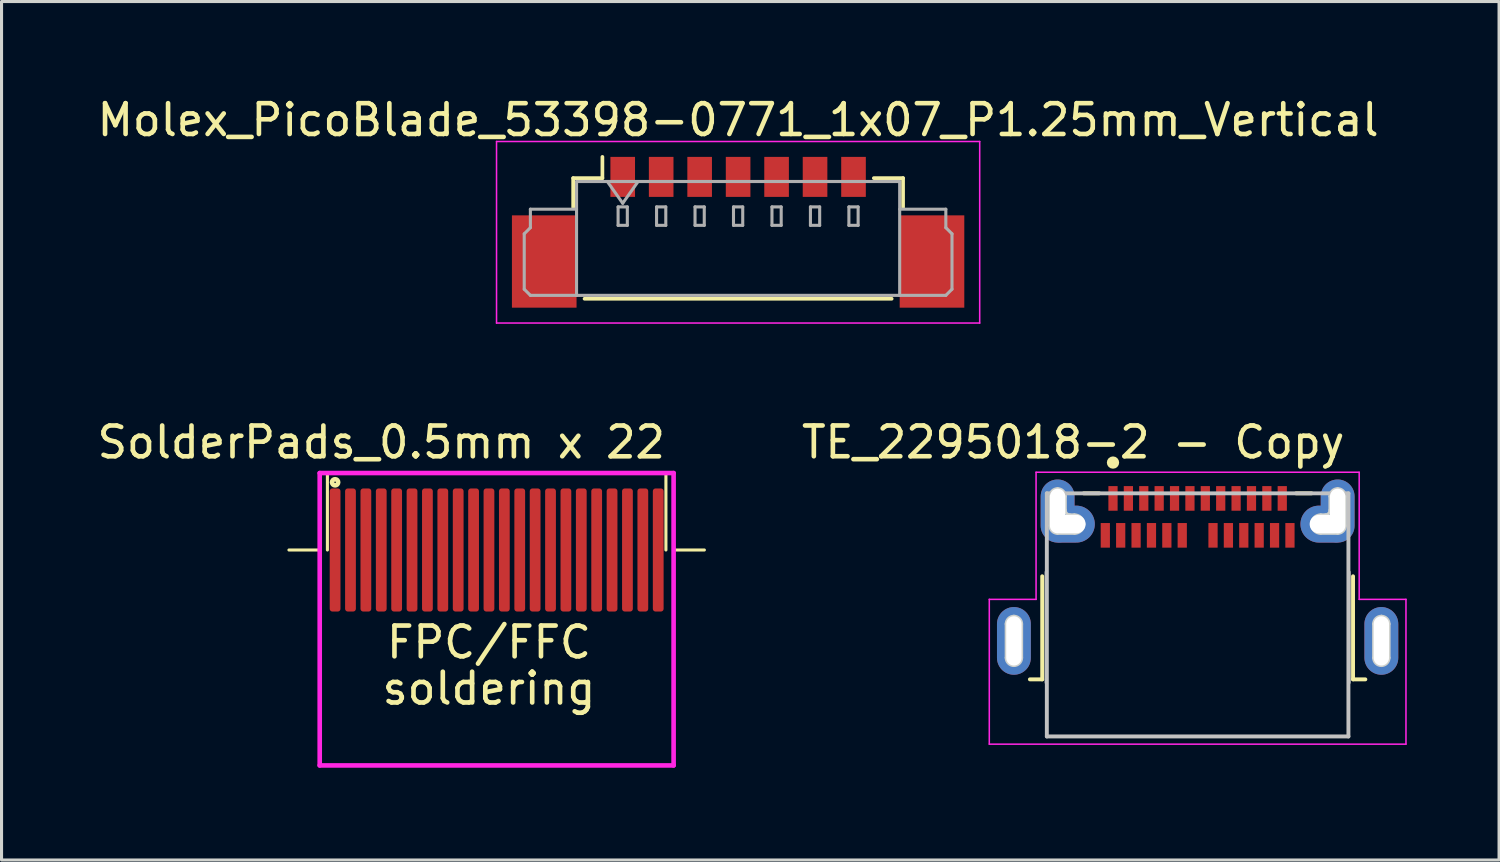
<source format=kicad_pcb>
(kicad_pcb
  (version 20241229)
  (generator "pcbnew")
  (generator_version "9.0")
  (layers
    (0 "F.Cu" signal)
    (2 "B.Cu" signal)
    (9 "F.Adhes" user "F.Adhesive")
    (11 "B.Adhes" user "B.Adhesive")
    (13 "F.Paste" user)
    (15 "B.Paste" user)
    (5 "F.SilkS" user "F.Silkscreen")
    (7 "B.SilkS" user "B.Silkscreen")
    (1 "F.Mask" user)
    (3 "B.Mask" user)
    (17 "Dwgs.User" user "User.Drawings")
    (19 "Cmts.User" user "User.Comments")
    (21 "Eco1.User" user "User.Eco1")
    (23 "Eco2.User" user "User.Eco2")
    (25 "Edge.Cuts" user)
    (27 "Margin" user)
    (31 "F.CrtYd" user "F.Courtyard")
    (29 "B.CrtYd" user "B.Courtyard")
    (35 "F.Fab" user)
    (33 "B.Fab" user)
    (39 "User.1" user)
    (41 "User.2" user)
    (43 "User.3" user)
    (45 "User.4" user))
  (footprint "Molex_PicoBlade_53398-0771_1x07_P1.25mm_Vertical"
    (layer "F.Cu")
    (at 20.935 4.498)
    (property "Reference" "Molex_PicoBlade_53398-0771_1x07_P1.25mm_Vertical" (at 0 -3.65 0) (layer "F.SilkS") (effects (font (size 1 1) (thickness 0.15))))
    (attr smd)
    (fp_line (start -5.36 -1.76) (end -4.41 -1.76) (stroke (width 0.12) (type solid)) (layer "F.SilkS"))
    (fp_line (start -5.36 -0.81) (end -5.36 -1.76) (stroke (width 0.12) (type solid)) (layer "F.SilkS"))
    (fp_line (start -4.99 2.16) (end 4.99 2.16) (stroke (width 0.12) (type solid)) (layer "F.SilkS"))
    (fp_line (start -4.41 -1.76) (end -4.41 -2.45) (stroke (width 0.12) (type solid)) (layer "F.SilkS"))
    (fp_line (start 5.36 -1.76) (end 4.41 -1.76) (stroke (width 0.12) (type solid)) (layer "F.SilkS"))
    (fp_line (start 5.36 -0.81) (end 5.36 -1.76) (stroke (width 0.12) (type solid)) (layer "F.SilkS"))
    (fp_line (start -7.85 -2.95) (end -7.85 2.95) (stroke (width 0.05) (type solid)) (layer "F.CrtYd"))
    (fp_line (start -7.85 2.95) (end 7.85 2.95) (stroke (width 0.05) (type solid)) (layer "F.CrtYd"))
    (fp_line (start 7.85 -2.95) (end -7.85 -2.95) (stroke (width 0.05) (type solid)) (layer "F.CrtYd"))
    (fp_line (start 7.85 2.95) (end 7.85 -2.95) (stroke (width 0.05) (type solid)) (layer "F.CrtYd"))
    (fp_line (start -6.95 0.05) (end -6.75 -0.15) (stroke (width 0.1) (type solid)) (layer "F.Fab"))
    (fp_line (start -6.95 1.85) (end -6.95 0.05) (stroke (width 0.1) (type solid)) (layer "F.Fab"))
    (fp_line (start -6.75 -0.75) (end -5.25 -0.75) (stroke (width 0.1) (type solid)) (layer "F.Fab"))
    (fp_line (start -6.75 -0.15) (end -6.75 -0.75) (stroke (width 0.1) (type solid)) (layer "F.Fab"))
    (fp_line (start -6.75 2.05) (end -6.95 1.85) (stroke (width 0.1) (type solid)) (layer "F.Fab"))
    (fp_line (start -5.25 -1.65) (end -5.25 2.05) (stroke (width 0.1) (type solid)) (layer "F.Fab"))
    (fp_line (start -5.25 -1.65) (end 5.25 -1.65) (stroke (width 0.1) (type solid)) (layer "F.Fab"))
    (fp_line (start -5.25 2.05) (end -6.75 2.05) (stroke (width 0.1) (type solid)) (layer "F.Fab"))
    (fp_line (start -5.25 2.05) (end 5.25 2.05) (stroke (width 0.1) (type solid)) (layer "F.Fab"))
    (fp_line (start -4.25 -1.65) (end -3.75 -0.943) (stroke (width 0.1) (type solid)) (layer "F.Fab"))
    (fp_line (start -3.9 -0.825) (end -3.9 -0.225) (stroke (width 0.1) (type solid)) (layer "F.Fab"))
    (fp_line (start -3.9 -0.225) (end -3.6 -0.225) (stroke (width 0.1) (type solid)) (layer "F.Fab"))
    (fp_line (start -3.75 -0.943) (end -3.25 -1.65) (stroke (width 0.1) (type solid)) (layer "F.Fab"))
    (fp_line (start -3.6 -0.825) (end -3.9 -0.825) (stroke (width 0.1) (type solid)) (layer "F.Fab"))
    (fp_line (start -3.6 -0.225) (end -3.6 -0.825) (stroke (width 0.1) (type solid)) (layer "F.Fab"))
    (fp_line (start -2.65 -0.825) (end -2.65 -0.225) (stroke (width 0.1) (type solid)) (layer "F.Fab"))
    (fp_line (start -2.65 -0.225) (end -2.35 -0.225) (stroke (width 0.1) (type solid)) (layer "F.Fab"))
    (fp_line (start -2.35 -0.825) (end -2.65 -0.825) (stroke (width 0.1) (type solid)) (layer "F.Fab"))
    (fp_line (start -2.35 -0.225) (end -2.35 -0.825) (stroke (width 0.1) (type solid)) (layer "F.Fab"))
    (fp_line (start -1.4 -0.825) (end -1.4 -0.225) (stroke (width 0.1) (type solid)) (layer "F.Fab"))
    (fp_line (start -1.4 -0.225) (end -1.1 -0.225) (stroke (width 0.1) (type solid)) (layer "F.Fab"))
    (fp_line (start -1.1 -0.825) (end -1.4 -0.825) (stroke (width 0.1) (type solid)) (layer "F.Fab"))
    (fp_line (start -1.1 -0.225) (end -1.1 -0.825) (stroke (width 0.1) (type solid)) (layer "F.Fab"))
    (fp_line (start -0.15 -0.825) (end -0.15 -0.225) (stroke (width 0.1) (type solid)) (layer "F.Fab"))
    (fp_line (start -0.15 -0.225) (end 0.15 -0.225) (stroke (width 0.1) (type solid)) (layer "F.Fab"))
    (fp_line (start 0.15 -0.825) (end -0.15 -0.825) (stroke (width 0.1) (type solid)) (layer "F.Fab"))
    (fp_line (start 0.15 -0.225) (end 0.15 -0.825) (stroke (width 0.1) (type solid)) (layer "F.Fab"))
    (fp_line (start 1.1 -0.825) (end 1.1 -0.225) (stroke (width 0.1) (type solid)) (layer "F.Fab"))
    (fp_line (start 1.1 -0.225) (end 1.4 -0.225) (stroke (width 0.1) (type solid)) (layer "F.Fab"))
    (fp_line (start 1.4 -0.825) (end 1.1 -0.825) (stroke (width 0.1) (type solid)) (layer "F.Fab"))
    (fp_line (start 1.4 -0.225) (end 1.4 -0.825) (stroke (width 0.1) (type solid)) (layer "F.Fab"))
    (fp_line (start 2.35 -0.825) (end 2.35 -0.225) (stroke (width 0.1) (type solid)) (layer "F.Fab"))
    (fp_line (start 2.35 -0.225) (end 2.65 -0.225) (stroke (width 0.1) (type solid)) (layer "F.Fab"))
    (fp_line (start 2.65 -0.825) (end 2.35 -0.825) (stroke (width 0.1) (type solid)) (layer "F.Fab"))
    (fp_line (start 2.65 -0.225) (end 2.65 -0.825) (stroke (width 0.1) (type solid)) (layer "F.Fab"))
    (fp_line (start 3.6 -0.825) (end 3.6 -0.225) (stroke (width 0.1) (type solid)) (layer "F.Fab"))
    (fp_line (start 3.6 -0.225) (end 3.9 -0.225) (stroke (width 0.1) (type solid)) (layer "F.Fab"))
    (fp_line (start 3.9 -0.825) (end 3.6 -0.825) (stroke (width 0.1) (type solid)) (layer "F.Fab"))
    (fp_line (start 3.9 -0.225) (end 3.9 -0.825) (stroke (width 0.1) (type solid)) (layer "F.Fab"))
    (fp_line (start 5.25 -1.65) (end 5.25 2.05) (stroke (width 0.1) (type solid)) (layer "F.Fab"))
    (fp_line (start 5.25 2.05) (end 6.75 2.05) (stroke (width 0.1) (type solid)) (layer "F.Fab"))
    (fp_line (start 6.75 -0.75) (end 5.25 -0.75) (stroke (width 0.1) (type solid)) (layer "F.Fab"))
    (fp_line (start 6.75 -0.15) (end 6.75 -0.75) (stroke (width 0.1) (type solid)) (layer "F.Fab"))
    (fp_line (start 6.75 2.05) (end 6.95 1.85) (stroke (width 0.1) (type solid)) (layer "F.Fab"))
    (fp_line (start 6.95 0.05) (end 6.75 -0.15) (stroke (width 0.1) (type solid)) (layer "F.Fab"))
    (fp_line (start 6.95 1.85) (end 6.95 0.05) (stroke (width 0.1) (type solid)) (layer "F.Fab"))
    (pad "" smd rect (at -6.3 0.95) (size 2.1 3) (layers "F.Cu" "F.Mask" "F.Paste"))
    (pad "" smd rect (at 6.3 0.95) (size 2.1 3) (layers "F.Cu" "F.Mask" "F.Paste"))
    (pad "1" smd rect (at -3.75 -1.8) (size 0.8 1.3) (layers "F.Cu" "F.Mask" "F.Paste"))
    (pad "2" smd rect (at -2.5 -1.8) (size 0.8 1.3) (layers "F.Cu" "F.Mask" "F.Paste"))
    (pad "3" smd rect (at -1.25 -1.8) (size 0.8 1.3) (layers "F.Cu" "F.Mask" "F.Paste"))
    (pad "4" smd rect (at 0 -1.8) (size 0.8 1.3) (layers "F.Cu" "F.Mask" "F.Paste"))
    (pad "5" smd rect (at 1.25 -1.8) (size 0.8 1.3) (layers "F.Cu" "F.Mask" "F.Paste"))
    (pad "6" smd rect (at 2.5 -1.8) (size 0.8 1.3) (layers "F.Cu" "F.Mask" "F.Paste"))
    (pad "7" smd rect (at 3.75 -1.8) (size 0.8 1.3) (layers "F.Cu" "F.Mask" "F.Paste")))
  (footprint "TE_2295018-2 - Copy"
    (layer "F.Cu")
    (at 35.867 17.776)
    (property "Reference" "TE_2295018-2 - Copy" (at -4.043 -6.455 0) (layer "F.SilkS") (effects (font (size 1 1) (thickness 0.15))))
    (attr smd)
    (fp_line (start -5.05 -2.1) (end -5.05 1.25) (stroke (width 0.127) (type solid)) (layer "F.SilkS"))
    (fp_line (start -5.05 1.25) (end -5.45 1.25) (stroke (width 0.127) (type solid)) (layer "F.SilkS"))
    (fp_line (start -3.7 -4.795) (end -3.2 -4.795) (stroke (width 0.127) (type solid)) (layer "F.SilkS"))
    (fp_line (start 3.2 -4.795) (end 3.7 -4.795) (stroke (width 0.127) (type solid)) (layer "F.SilkS"))
    (fp_line (start 5.05 -2.1) (end 5.05 1.25) (stroke (width 0.127) (type solid)) (layer "F.SilkS"))
    (fp_line (start 5.05 1.25) (end 5.45 1.25) (stroke (width 0.127) (type solid)) (layer "F.SilkS"))
    (fp_circle (center -2.75 -5.795) (end -2.65 -5.795) (stroke (width 0.2) (type solid)) (fill no) (layer "F.SilkS"))
    (fp_line (start -4.9 -4.795) (end 4.9 -4.795) (stroke (width 0.127) (type solid)) (layer "Dwgs.User"))
    (fp_line (start -4.9 3.105) (end -4.9 -4.795) (stroke (width 0.127) (type solid)) (layer "Dwgs.User"))
    (fp_line (start 4.9 -4.795) (end 4.9 3.105) (stroke (width 0.127) (type solid)) (layer "Dwgs.User"))
    (fp_line (start 4.9 3.105) (end -4.9 3.105) (stroke (width 0.127) (type solid)) (layer "Dwgs.User"))
    (fp_line (start -6.22 0.55) (end -6.22 -0.55) (stroke (width 0.1) (type solid)) (layer "Edge.Cuts"))
    (fp_line (start -5.72 -0.55) (end -5.72 0.55) (stroke (width 0.1) (type solid)) (layer "Edge.Cuts"))
    (fp_line (start -4.92 1.36) (end -4.92 -2.24) (stroke (width 0.1) (type solid)) (layer "Edge.Cuts"))
    (fp_line (start -4.8 -3.745) (end -4.8 -4.695) (stroke (width 0.1) (type solid)) (layer "Edge.Cuts"))
    (fp_line (start -4.55 -3.495) (end -4 -3.495) (stroke (width 0.1) (type solid)) (layer "Edge.Cuts"))
    (fp_line (start -4.3 -4.695) (end -4.3 -4.25) (stroke (width 0.1) (type solid)) (layer "Edge.Cuts"))
    (fp_line (start -4.155 -4.095) (end -4.005 -4.095) (stroke (width 0.1) (type solid)) (layer "Edge.Cuts"))
    (fp_line (start 4.155 -4.095) (end 4 -4.095) (stroke (width 0.1) (type solid)) (layer "Edge.Cuts"))
    (fp_line (start 4.3 -4.695) (end 4.3 -4.25) (stroke (width 0.1) (type solid)) (layer "Edge.Cuts"))
    (fp_line (start 4.55 -3.495) (end 4 -3.495) (stroke (width 0.1) (type solid)) (layer "Edge.Cuts"))
    (fp_line (start 4.8 -3.745) (end 4.8 -4.695) (stroke (width 0.1) (type solid)) (layer "Edge.Cuts"))
    (fp_line (start 4.92 -2.24) (end 4.92 1.36) (stroke (width 0.1) (type solid)) (layer "Edge.Cuts"))
    (fp_line (start 5.72 0.55) (end 5.72 -0.55) (stroke (width 0.1) (type solid)) (layer "Edge.Cuts"))
    (fp_line (start 6.22 -0.55) (end 6.22 0.55) (stroke (width 0.1) (type solid)) (layer "Edge.Cuts"))
    (fp_arc (start -6.22 -0.55) (mid -6.146777 -0.726777) (end -5.97 -0.8) (stroke (width 0.1) (type solid)) (layer "Edge.Cuts"))
    (fp_arc (start -5.97 -0.8) (mid -5.793223 -0.726777) (end -5.72 -0.55) (stroke (width 0.1) (type solid)) (layer "Edge.Cuts"))
    (fp_arc (start -5.97 0.8) (mid -6.146777 0.726777) (end -6.22 0.55) (stroke (width 0.1) (type solid)) (layer "Edge.Cuts"))
    (fp_arc (start -5.72 0.55) (mid -5.793223 0.726777) (end -5.97 0.8) (stroke (width 0.1) (type solid)) (layer "Edge.Cuts"))
    (fp_arc (start -4.8 -4.695) (mid -4.726777 -4.871777) (end -4.55 -4.945) (stroke (width 0.1) (type solid)) (layer "Edge.Cuts"))
    (fp_arc (start -4.55 -4.945) (mid -4.373223 -4.871777) (end -4.3 -4.695) (stroke (width 0.1) (type solid)) (layer "Edge.Cuts"))
    (fp_arc (start -4.55 -3.495) (mid -4.726777 -3.568223) (end -4.8 -3.745) (stroke (width 0.1) (type solid)) (layer "Edge.Cuts"))
    (fp_arc (start -4.155 -4.095) (mid -4.259602 -4.14247) (end -4.3 -4.25) (stroke (width 0.1) (type solid)) (layer "Edge.Cuts"))
    (fp_arc (start -4.005 -4.095) (mid -3.790368 -4.008168) (end -3.7 -3.795) (stroke (width 0.1) (type solid)) (layer "Edge.Cuts"))
    (fp_arc (start -3.7 -3.795) (mid -3.787868 -3.582868) (end -4 -3.495) (stroke (width 0.1) (type solid)) (layer "Edge.Cuts"))
    (fp_arc (start 3.7 -3.795) (mid 3.787868 -4.007132) (end 4 -4.095) (stroke (width 0.1) (type solid)) (layer "Edge.Cuts"))
    (fp_arc (start 4 -3.495) (mid 3.787868 -3.582868) (end 3.7 -3.795) (stroke (width 0.1) (type solid)) (layer "Edge.Cuts"))
    (fp_arc (start 4.3 -4.695) (mid 4.373223 -4.871777) (end 4.55 -4.945) (stroke (width 0.1) (type solid)) (layer "Edge.Cuts"))
    (fp_arc (start 4.3 -4.25) (mid 4.259602 -4.14247) (end 4.155 -4.095) (stroke (width 0.1) (type solid)) (layer "Edge.Cuts"))
    (fp_arc (start 4.55 -4.945) (mid 4.726777 -4.871777) (end 4.8 -4.695) (stroke (width 0.1) (type solid)) (layer "Edge.Cuts"))
    (fp_arc (start 4.8 -3.745) (mid 4.726777 -3.568223) (end 4.55 -3.495) (stroke (width 0.1) (type solid)) (layer "Edge.Cuts"))
    (fp_arc (start 5.72 -0.55) (mid 5.793223 -0.726777) (end 5.97 -0.8) (stroke (width 0.1) (type solid)) (layer "Edge.Cuts"))
    (fp_arc (start 5.97 -0.8) (mid 6.146777 -0.726777) (end 6.22 -0.55) (stroke (width 0.1) (type solid)) (layer "Edge.Cuts"))
    (fp_arc (start 5.97 0.8) (mid 5.793223 0.726777) (end 5.72 0.55) (stroke (width 0.1) (type solid)) (layer "Edge.Cuts"))
    (fp_arc (start 6.22 0.55) (mid 6.146777 0.726777) (end 5.97 0.8) (stroke (width 0.1) (type solid)) (layer "Edge.Cuts"))
    (fp_line (start -6.77 -1.35) (end -5.25 -1.35) (stroke (width 0.05) (type solid)) (layer "F.CrtYd"))
    (fp_line (start -6.77 3.355) (end -6.77 -1.35) (stroke (width 0.05) (type solid)) (layer "F.CrtYd"))
    (fp_line (start -5.25 -5.48) (end 5.25 -5.48) (stroke (width 0.05) (type solid)) (layer "F.CrtYd"))
    (fp_line (start -5.25 -1.35) (end -5.25 -5.48) (stroke (width 0.05) (type solid)) (layer "F.CrtYd"))
    (fp_line (start 5.25 -5.48) (end 5.25 -1.35) (stroke (width 0.05) (type solid)) (layer "F.CrtYd"))
    (fp_line (start 5.25 -1.35) (end 6.77 -1.35) (stroke (width 0.05) (type solid)) (layer "F.CrtYd"))
    (fp_line (start 6.77 -1.35) (end 6.77 3.355) (stroke (width 0.05) (type solid)) (layer "F.CrtYd"))
    (fp_line (start 6.77 3.355) (end -6.77 3.355) (stroke (width 0.05) (type solid)) (layer "F.CrtYd"))
    (pad "A1" smd rect (at -2.75 -4.63 90) (size 0.8 0.3) (layers "F.Cu" "F.Mask" "F.Paste"))
    (pad "A2" smd rect (at -2.25 -4.63 90) (size 0.8 0.3) (layers "F.Cu" "F.Mask" "F.Paste"))
    (pad "A3" smd rect (at -1.75 -4.63 90) (size 0.8 0.3) (layers "F.Cu" "F.Mask" "F.Paste"))
    (pad "A4" smd rect (at -1.25 -4.63 90) (size 0.8 0.3) (layers "F.Cu" "F.Mask" "F.Paste"))
    (pad "A5" smd rect (at -0.75 -4.63 90) (size 0.8 0.3) (layers "F.Cu" "F.Mask" "F.Paste"))
    (pad "A6" smd rect (at -0.25 -4.63 90) (size 0.8 0.3) (layers "F.Cu" "F.Mask" "F.Paste"))
    (pad "A7" smd rect (at 0.25 -4.63 90) (size 0.8 0.3) (layers "F.Cu" "F.Mask" "F.Paste"))
    (pad "A8" smd rect (at 0.75 -4.63 90) (size 0.8 0.3) (layers "F.Cu" "F.Mask" "F.Paste"))
    (pad "A9" smd rect (at 1.25 -4.63 90) (size 0.8 0.3) (layers "F.Cu" "F.Mask" "F.Paste"))
    (pad "A10" smd rect (at 1.75 -4.63 90) (size 0.8 0.3) (layers "F.Cu" "F.Mask" "F.Paste"))
    (pad "A11" smd rect (at 2.25 -4.63 90) (size 0.8 0.3) (layers "F.Cu" "F.Mask" "F.Paste"))
    (pad "A12" smd rect (at 2.75 -4.63 90) (size 0.8 0.3) (layers "F.Cu" "F.Mask" "F.Paste"))
    (pad "B1" smd rect (at 3 -3.43 90) (size 0.8 0.3) (layers "F.Cu" "F.Mask" "F.Paste"))
    (pad "B2" smd rect (at 2.5 -3.43 90) (size 0.8 0.3) (layers "F.Cu" "F.Mask" "F.Paste"))
    (pad "B3" smd rect (at 2 -3.43 90) (size 0.8 0.3) (layers "F.Cu" "F.Mask" "F.Paste"))
    (pad "B4" smd rect (at 1.5 -3.43 90) (size 0.8 0.3) (layers "F.Cu" "F.Mask" "F.Paste"))
    (pad "B5" smd rect (at 1 -3.43 90) (size 0.8 0.3) (layers "F.Cu" "F.Mask" "F.Paste"))
    (pad "B6" smd rect (at 0.5 -3.43 90) (size 0.8 0.3) (layers "F.Cu" "F.Mask" "F.Paste"))
    (pad "B7" smd rect (at -0.5 -3.43 90) (size 0.8 0.3) (layers "F.Cu" "F.Mask" "F.Paste"))
    (pad "B8" smd rect (at -1 -3.43 90) (size 0.8 0.3) (layers "F.Cu" "F.Mask" "F.Paste"))
    (pad "B9" smd rect (at -1.5 -3.43 90) (size 0.8 0.3) (layers "F.Cu" "F.Mask" "F.Paste"))
    (pad "B10" smd rect (at -2 -3.43 90) (size 0.8 0.3) (layers "F.Cu" "F.Mask" "F.Paste"))
    (pad "B11" smd rect (at -2.5 -3.43 90) (size 0.8 0.3) (layers "F.Cu" "F.Mask" "F.Paste"))
    (pad "B12" smd rect (at -3 -3.43 90) (size 0.8 0.3) (layers "F.Cu" "F.Mask" "F.Paste"))
    (pad "S1" thru_hole oval (at -4.55 -4.22 90) (size 2.05 1.1) (drill oval 1.45 0.5) (layers "*.Cu" "*.Mask"))
    (pad "S1" thru_hole oval (at -4.191 -3.795 180) (size 1.7 1.2) (drill oval 1.1 0.6) (layers "*.Cu" "*.Mask"))
    (pad "S2" thru_hole oval (at 4.191 -3.795 180) (size 1.7 1.2) (drill oval 1.1 0.6) (layers "*.Cu" "*.Mask"))
    (pad "S2" thru_hole oval (at 4.55 -4.22 90) (size 2.05 1.1) (drill oval 1.45 0.5) (layers "*.Cu" "*.Mask"))
    (pad "S3" thru_hole oval (at -5.97 0 90) (size 2.2 1.1) (drill oval 1.6 0.5) (layers "*.Cu" "*.Mask"))
    (pad "S4" thru_hole oval (at 5.97 0 90) (size 2.2 1.1) (drill oval 1.6 0.5) (layers "*.Cu" "*.Mask")))
  (footprint "SolderPads_0.5mm x 22"
    (layer "F.Cu")
    (at 12.839 14.822)
    (property "Reference" "SolderPads_0.5mm x 22" (at -3.5 -3.5 0) (layer "F.SilkS") (effects (font (size 1 1) (thickness 0.15))))
    (attr through_hole)
    (fp_line (start -6.5 0) (end -5.5 0) (stroke (width 0.1) (type solid)) (layer "F.SilkS"))
    (fp_line (start -5.25 -2.5) (end 5.75 -2.5) (stroke (width 0.1) (type solid)) (layer "F.SilkS"))
    (fp_line (start -5.25 0) (end -5.25 -2.5) (stroke (width 0.1) (type solid)) (layer "F.SilkS"))
    (fp_line (start 5.75 -2.5) (end 5.75 0) (stroke (width 0.1) (type solid)) (layer "F.SilkS"))
    (fp_line (start 6 0) (end 7 0) (stroke (width 0.1) (type solid)) (layer "F.SilkS"))
    (fp_circle (center -5 -2.2) (end -5 -2.1) (stroke (width 0.15) (type solid)) (fill no) (layer "F.SilkS"))
    (fp_line (start -5.5 -2.5) (end -5.5 7) (stroke (width 0.15) (type solid)) (layer "F.CrtYd"))
    (fp_line (start -5.5 -2.5) (end 6 -2.5) (stroke (width 0.15) (type solid)) (layer "F.CrtYd"))
    (fp_line (start 6 -2.5) (end 6 7) (stroke (width 0.15) (type solid)) (layer "F.CrtYd"))
    (fp_line (start 6 7) (end -5.5 7) (stroke (width 0.15) (type solid)) (layer "F.CrtYd"))
    (fp_text user "soldering" (at 0 4.5 0) (layer "F.SilkS") (effects (font (size 1 1) (thickness 0.15))))
    (fp_text user "FPC/FFC" (at 0 3 0) (layer "F.SilkS") (effects (font (size 1 1) (thickness 0.15))))
    (pad "1" smd roundrect (at -5 0) (size 0.35 4) (layers "F.Cu" "F.Mask" "F.Paste") (roundrect_rratio 0.25))
    (pad "2" smd roundrect (at -4.5 0) (size 0.35 4) (layers "F.Cu" "F.Mask" "F.Paste") (roundrect_rratio 0.25))
    (pad "3" smd roundrect (at -4 0) (size 0.35 4) (layers "F.Cu" "F.Mask" "F.Paste") (roundrect_rratio 0.25))
    (pad "4" smd roundrect (at -3.5 0) (size 0.35 4) (layers "F.Cu" "F.Mask" "F.Paste") (roundrect_rratio 0.25))
    (pad "5" smd roundrect (at -3 0) (size 0.35 4) (layers "F.Cu" "F.Mask" "F.Paste") (roundrect_rratio 0.25))
    (pad "6" smd roundrect (at -2.5 0) (size 0.35 4) (layers "F.Cu" "F.Mask" "F.Paste") (roundrect_rratio 0.25))
    (pad "7" smd roundrect (at -2 0) (size 0.35 4) (layers "F.Cu" "F.Mask" "F.Paste") (roundrect_rratio 0.25))
    (pad "8" smd roundrect (at -1.5 0) (size 0.35 4) (layers "F.Cu" "F.Mask" "F.Paste") (roundrect_rratio 0.25))
    (pad "9" smd roundrect (at -1 0) (size 0.35 4) (layers "F.Cu" "F.Mask" "F.Paste") (roundrect_rratio 0.25))
    (pad "10" smd roundrect (at -0.5 0) (size 0.35 4) (layers "F.Cu" "F.Mask" "F.Paste") (roundrect_rratio 0.25))
    (pad "11" smd roundrect (at 0 0) (size 0.35 4) (layers "F.Cu" "F.Mask" "F.Paste") (roundrect_rratio 0.25))
    (pad "12" smd roundrect (at 0.5 0) (size 0.35 4) (layers "F.Cu" "F.Mask" "F.Paste") (roundrect_rratio 0.25))
    (pad "13" smd roundrect (at 1 0) (size 0.35 4) (layers "F.Cu" "F.Mask" "F.Paste") (roundrect_rratio 0.25))
    (pad "14" smd roundrect (at 1.5 0) (size 0.35 4) (layers "F.Cu" "F.Mask" "F.Paste") (roundrect_rratio 0.25))
    (pad "15" smd roundrect (at 2 0) (size 0.35 4) (layers "F.Cu" "F.Mask" "F.Paste") (roundrect_rratio 0.25))
    (pad "16" smd roundrect (at 2.5 0) (size 0.35 4) (layers "F.Cu" "F.Mask" "F.Paste") (roundrect_rratio 0.25))
    (pad "17" smd roundrect (at 3 0) (size 0.35 4) (layers "F.Cu" "F.Mask" "F.Paste") (roundrect_rratio 0.25))
    (pad "18" smd roundrect (at 3.5 0) (size 0.35 4) (layers "F.Cu" "F.Mask" "F.Paste") (roundrect_rratio 0.25))
    (pad "19" smd roundrect (at 4 0) (size 0.35 4) (layers "F.Cu" "F.Mask" "F.Paste") (roundrect_rratio 0.25))
    (pad "20" smd roundrect (at 4.5 0) (size 0.35 4) (layers "F.Cu" "F.Mask" "F.Paste") (roundrect_rratio 0.25))
    (pad "21" smd roundrect (at 5 0) (size 0.35 4) (layers "F.Cu" "F.Mask" "F.Paste") (roundrect_rratio 0.25))
    (pad "22" smd roundrect (at 5.5 0) (size 0.35 4) (layers "F.Cu" "F.Mask" "F.Paste") (roundrect_rratio 0.25)))
  (gr_rect
    (start -3 -3)
    (end 45.662 24.896)
    (stroke (width 0.1) (type default))
    (fill no)
    (layer "Edge.Cuts")))
</source>
